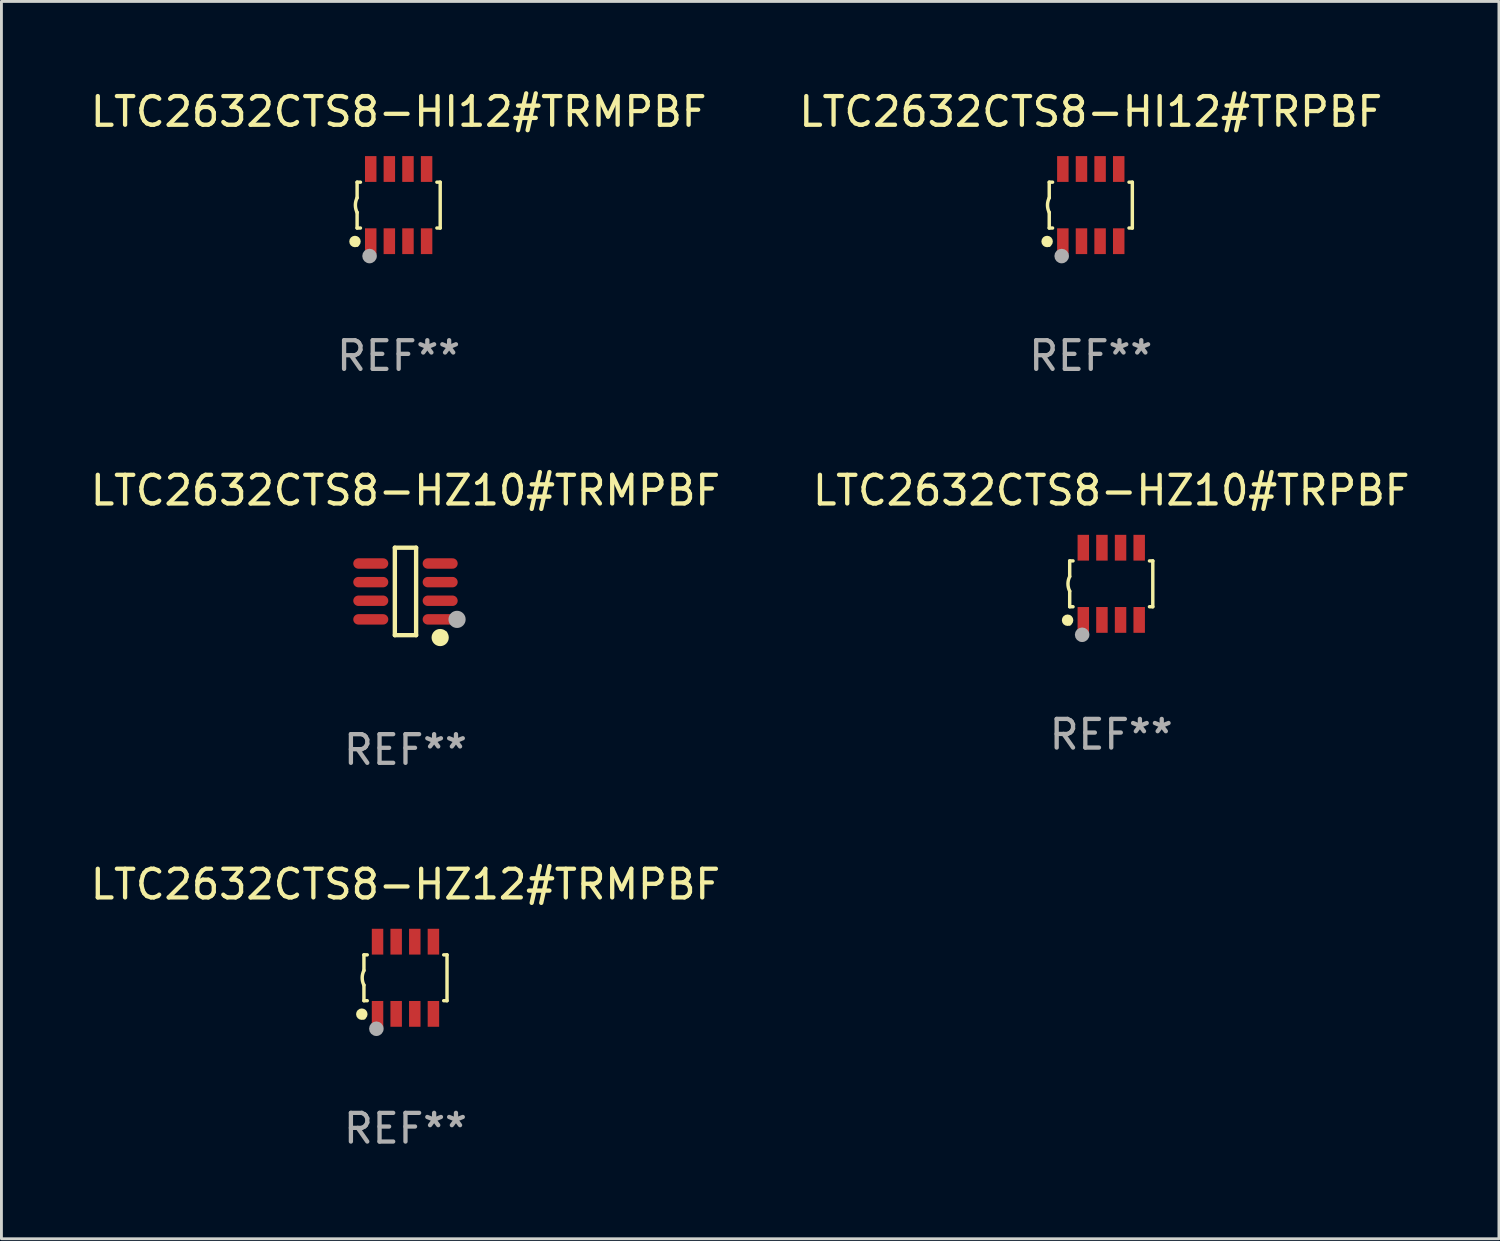
<source format=kicad_pcb>
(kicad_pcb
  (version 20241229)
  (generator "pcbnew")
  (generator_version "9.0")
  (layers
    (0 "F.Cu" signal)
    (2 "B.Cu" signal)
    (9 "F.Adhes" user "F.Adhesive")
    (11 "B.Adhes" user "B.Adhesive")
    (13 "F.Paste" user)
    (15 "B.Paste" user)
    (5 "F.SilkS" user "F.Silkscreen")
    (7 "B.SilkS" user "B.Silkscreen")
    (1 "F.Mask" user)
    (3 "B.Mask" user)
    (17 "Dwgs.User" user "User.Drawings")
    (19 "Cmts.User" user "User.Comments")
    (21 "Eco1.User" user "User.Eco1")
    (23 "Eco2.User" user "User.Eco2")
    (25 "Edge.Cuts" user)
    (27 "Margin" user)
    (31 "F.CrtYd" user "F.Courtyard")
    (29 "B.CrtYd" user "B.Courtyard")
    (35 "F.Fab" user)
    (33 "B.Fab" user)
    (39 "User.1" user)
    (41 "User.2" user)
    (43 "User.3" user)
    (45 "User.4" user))
  (footprint "LTC2632CTS8-HZ12#TRMPBF"
    (layer "F.Cu")
    (at 11.101 31.074)
    (property "Reference" "LTC2632CTS8-HZ12#TRMPBF" (at 0 -3.26 0) (layer "F.SilkS") (effects (font (size 1 1) (thickness 0.15))))
    (attr through_hole)
    (fp_line (start -1.45 -0.8) (end -1.45 -0.254) (stroke (width 0.12) (type solid)) (layer "F.SilkS"))
    (fp_line (start -1.45 -0.8) (end -1.334 -0.8) (stroke (width 0.12) (type solid)) (layer "F.SilkS"))
    (fp_line (start -1.45 0.8) (end -1.45 0.254) (stroke (width 0.12) (type solid)) (layer "F.SilkS"))
    (fp_line (start -1.45 0.8) (end -1.334 0.8) (stroke (width 0.12) (type solid)) (layer "F.SilkS"))
    (fp_line (start 1.334 -0.8) (end 1.45 -0.8) (stroke (width 0.12) (type solid)) (layer "F.SilkS"))
    (fp_line (start 1.334 0.8) (end 1.45 0.8) (stroke (width 0.12) (type solid)) (layer "F.SilkS"))
    (fp_line (start 1.45 0.8) (end 1.45 -0.8) (stroke (width 0.12) (type solid)) (layer "F.SilkS"))
    (fp_arc (start -1.45075 0.255144) (mid -1.510605 0.000434) (end -1.450013 -0.254102) (stroke (width 0.11999) (type solid)) (layer "F.SilkS"))
    (fp_circle (center -1.524 1.27) (end -1.424 1.27) (stroke (width 0.2) (type solid)) (fill no) (layer "F.SilkS"))
    (fp_circle (center -1.45 1.4) (end -1.42 1.4) (stroke (width 0.06) (type solid)) (fill no) (layer "F.SilkS"))
    (fp_circle (center -1.016 1.778) (end -0.889 1.778) (stroke (width 0.254) (type solid)) (fill no) (layer "F.Fab"))
    (fp_text user "REF**" (at 0 5.26 0) (layer "F.Fab") (effects (font (size 1 1) (thickness 0.15))))
    (pad "1" smd rect (at -0.975 1.26) (size 0.4 0.9) (layers "F.Cu" "F.Mask" "F.Paste"))
    (pad "2" smd rect (at -0.325 1.26) (size 0.4 0.9) (layers "F.Cu" "F.Mask" "F.Paste"))
    (pad "3" smd rect (at 0.325 1.26) (size 0.4 0.9) (layers "F.Cu" "F.Mask" "F.Paste"))
    (pad "4" smd rect (at 0.975 1.26) (size 0.4 0.9) (layers "F.Cu" "F.Mask" "F.Paste"))
    (pad "5" smd rect (at 0.975 -1.26) (size 0.4 0.9) (layers "F.Cu" "F.Mask" "F.Paste"))
    (pad "6" smd rect (at 0.325 -1.26) (size 0.4 0.9) (layers "F.Cu" "F.Mask" "F.Paste"))
    (pad "7" smd rect (at -0.325 -1.26) (size 0.4 0.9) (layers "F.Cu" "F.Mask" "F.Paste"))
    (pad "8" smd rect (at -0.975 -1.26) (size 0.4 0.9) (layers "F.Cu" "F.Mask" "F.Paste")))
  (footprint "LTC2632CTS8-HI12#TRPBF"
    (layer "F.Cu")
    (at 35.018 4.108)
    (property "Reference" "LTC2632CTS8-HI12#TRPBF" (at 0 -3.26 0) (layer "F.SilkS") (effects (font (size 1 1) (thickness 0.15))))
    (attr through_hole)
    (fp_line (start -1.45 -0.8) (end -1.45 -0.254) (stroke (width 0.12) (type solid)) (layer "F.SilkS"))
    (fp_line (start -1.45 -0.8) (end -1.334 -0.8) (stroke (width 0.12) (type solid)) (layer "F.SilkS"))
    (fp_line (start -1.45 0.8) (end -1.45 0.254) (stroke (width 0.12) (type solid)) (layer "F.SilkS"))
    (fp_line (start -1.45 0.8) (end -1.334 0.8) (stroke (width 0.12) (type solid)) (layer "F.SilkS"))
    (fp_line (start 1.334 -0.8) (end 1.45 -0.8) (stroke (width 0.12) (type solid)) (layer "F.SilkS"))
    (fp_line (start 1.334 0.8) (end 1.45 0.8) (stroke (width 0.12) (type solid)) (layer "F.SilkS"))
    (fp_line (start 1.45 0.8) (end 1.45 -0.8) (stroke (width 0.12) (type solid)) (layer "F.SilkS"))
    (fp_arc (start -1.45075 0.255144) (mid -1.510605 0.000434) (end -1.450013 -0.254102) (stroke (width 0.11999) (type solid)) (layer "F.SilkS"))
    (fp_circle (center -1.524 1.27) (end -1.424 1.27) (stroke (width 0.2) (type solid)) (fill no) (layer "F.SilkS"))
    (fp_circle (center -1.45 1.4) (end -1.42 1.4) (stroke (width 0.06) (type solid)) (fill no) (layer "F.SilkS"))
    (fp_circle (center -1.016 1.778) (end -0.889 1.778) (stroke (width 0.254) (type solid)) (fill no) (layer "F.Fab"))
    (fp_text user "REF**" (at 0 5.26 0) (layer "F.Fab") (effects (font (size 1 1) (thickness 0.15))))
    (pad "1" smd rect (at -0.975 1.26) (size 0.4 0.9) (layers "F.Cu" "F.Mask" "F.Paste"))
    (pad "2" smd rect (at -0.325 1.26) (size 0.4 0.9) (layers "F.Cu" "F.Mask" "F.Paste"))
    (pad "3" smd rect (at 0.325 1.26) (size 0.4 0.9) (layers "F.Cu" "F.Mask" "F.Paste"))
    (pad "4" smd rect (at 0.975 1.26) (size 0.4 0.9) (layers "F.Cu" "F.Mask" "F.Paste"))
    (pad "5" smd rect (at 0.975 -1.26) (size 0.4 0.9) (layers "F.Cu" "F.Mask" "F.Paste"))
    (pad "6" smd rect (at 0.325 -1.26) (size 0.4 0.9) (layers "F.Cu" "F.Mask" "F.Paste"))
    (pad "7" smd rect (at -0.325 -1.26) (size 0.4 0.9) (layers "F.Cu" "F.Mask" "F.Paste"))
    (pad "8" smd rect (at -0.975 -1.26) (size 0.4 0.9) (layers "F.Cu" "F.Mask" "F.Paste")))
  (footprint "LTC2632CTS8-HI12#TRMPBF"
    (layer "F.Cu")
    (at 10.863 4.108)
    (property "Reference" "LTC2632CTS8-HI12#TRMPBF" (at 0 -3.26 0) (layer "F.SilkS") (effects (font (size 1 1) (thickness 0.15))))
    (attr through_hole)
    (fp_line (start -1.45 -0.8) (end -1.45 -0.254) (stroke (width 0.12) (type solid)) (layer "F.SilkS"))
    (fp_line (start -1.45 -0.8) (end -1.334 -0.8) (stroke (width 0.12) (type solid)) (layer "F.SilkS"))
    (fp_line (start -1.45 0.8) (end -1.45 0.254) (stroke (width 0.12) (type solid)) (layer "F.SilkS"))
    (fp_line (start -1.45 0.8) (end -1.334 0.8) (stroke (width 0.12) (type solid)) (layer "F.SilkS"))
    (fp_line (start 1.334 -0.8) (end 1.45 -0.8) (stroke (width 0.12) (type solid)) (layer "F.SilkS"))
    (fp_line (start 1.334 0.8) (end 1.45 0.8) (stroke (width 0.12) (type solid)) (layer "F.SilkS"))
    (fp_line (start 1.45 0.8) (end 1.45 -0.8) (stroke (width 0.12) (type solid)) (layer "F.SilkS"))
    (fp_arc (start -1.45075 0.255144) (mid -1.510605 0.000434) (end -1.450013 -0.254102) (stroke (width 0.11999) (type solid)) (layer "F.SilkS"))
    (fp_circle (center -1.524 1.27) (end -1.424 1.27) (stroke (width 0.2) (type solid)) (fill no) (layer "F.SilkS"))
    (fp_circle (center -1.45 1.4) (end -1.42 1.4) (stroke (width 0.06) (type solid)) (fill no) (layer "F.SilkS"))
    (fp_circle (center -1.016 1.778) (end -0.889 1.778) (stroke (width 0.254) (type solid)) (fill no) (layer "F.Fab"))
    (fp_text user "REF**" (at 0 5.26 0) (layer "F.Fab") (effects (font (size 1 1) (thickness 0.15))))
    (pad "1" smd rect (at -0.975 1.26) (size 0.4 0.9) (layers "F.Cu" "F.Mask" "F.Paste"))
    (pad "2" smd rect (at -0.325 1.26) (size 0.4 0.9) (layers "F.Cu" "F.Mask" "F.Paste"))
    (pad "3" smd rect (at 0.325 1.26) (size 0.4 0.9) (layers "F.Cu" "F.Mask" "F.Paste"))
    (pad "4" smd rect (at 0.975 1.26) (size 0.4 0.9) (layers "F.Cu" "F.Mask" "F.Paste"))
    (pad "5" smd rect (at 0.975 -1.26) (size 0.4 0.9) (layers "F.Cu" "F.Mask" "F.Paste"))
    (pad "6" smd rect (at 0.325 -1.26) (size 0.4 0.9) (layers "F.Cu" "F.Mask" "F.Paste"))
    (pad "7" smd rect (at -0.325 -1.26) (size 0.4 0.9) (layers "F.Cu" "F.Mask" "F.Paste"))
    (pad "8" smd rect (at -0.975 -1.26) (size 0.4 0.9) (layers "F.Cu" "F.Mask" "F.Paste")))
  (footprint "LTC2632CTS8-HZ10#TRMPBF"
    (layer "F.Cu")
    (at 11.101 17.591)
    (property "Reference" "LTC2632CTS8-HZ10#TRMPBF" (at 0 -3.526 0) (layer "F.SilkS") (effects (font (size 1 1) (thickness 0.15))))
    (attr through_hole)
    (fp_line (start -0.371 -1.526) (end 0.371 -1.526) (stroke (width 0.152) (type solid)) (layer "F.SilkS"))
    (fp_line (start -0.371 1.526) (end -0.371 -1.526) (stroke (width 0.152) (type solid)) (layer "F.SilkS"))
    (fp_line (start 0.371 -1.526) (end 0.371 1.526) (stroke (width 0.152) (type solid)) (layer "F.SilkS"))
    (fp_line (start 0.371 1.526) (end -0.371 1.526) (stroke (width 0.152) (type solid)) (layer "F.SilkS"))
    (fp_circle (center 1.211 1.609) (end 1.361 1.609) (stroke (width 0.3) (type solid)) (fill no) (layer "F.SilkS"))
    (fp_circle (center 1.4 1.45) (end 1.43 1.45) (stroke (width 0.06) (type solid)) (fill no) (layer "F.SilkS"))
    (fp_circle (center 1.8 0.975) (end 1.95 0.975) (stroke (width 0.3) (type solid)) (fill no) (layer "F.Fab"))
    (fp_text user "REF**" (at 0 5.526 0) (layer "F.Fab") (effects (font (size 1 1) (thickness 0.15))))
    (pad "1" smd oval (at 1.211 0.975) (size 1.222 0.364) (layers "F.Cu" "F.Mask" "F.Paste"))
    (pad "2" smd oval (at 1.211 0.325) (size 1.222 0.364) (layers "F.Cu" "F.Mask" "F.Paste"))
    (pad "3" smd oval (at 1.211 -0.325) (size 1.222 0.364) (layers "F.Cu" "F.Mask" "F.Paste"))
    (pad "4" smd oval (at 1.211 -0.975) (size 1.222 0.364) (layers "F.Cu" "F.Mask" "F.Paste"))
    (pad "5" smd oval (at -1.211 -0.975) (size 1.222 0.364) (layers "F.Cu" "F.Mask" "F.Paste"))
    (pad "6" smd oval (at -1.211 -0.325) (size 1.222 0.364) (layers "F.Cu" "F.Mask" "F.Paste"))
    (pad "7" smd oval (at -1.211 0.325) (size 1.222 0.364) (layers "F.Cu" "F.Mask" "F.Paste"))
    (pad "8" smd oval (at -1.211 0.975) (size 1.222 0.364) (layers "F.Cu" "F.Mask" "F.Paste")))
  (footprint "LTC2632CTS8-HZ10#TRPBF"
    (layer "F.Cu")
    (at 35.732 17.325)
    (property "Reference" "LTC2632CTS8-HZ10#TRPBF" (at 0 -3.26 0) (layer "F.SilkS") (effects (font (size 1 1) (thickness 0.15))))
    (attr through_hole)
    (fp_line (start -1.45 -0.8) (end -1.45 -0.254) (stroke (width 0.12) (type solid)) (layer "F.SilkS"))
    (fp_line (start -1.45 -0.8) (end -1.334 -0.8) (stroke (width 0.12) (type solid)) (layer "F.SilkS"))
    (fp_line (start -1.45 0.8) (end -1.45 0.254) (stroke (width 0.12) (type solid)) (layer "F.SilkS"))
    (fp_line (start -1.45 0.8) (end -1.334 0.8) (stroke (width 0.12) (type solid)) (layer "F.SilkS"))
    (fp_line (start 1.334 -0.8) (end 1.45 -0.8) (stroke (width 0.12) (type solid)) (layer "F.SilkS"))
    (fp_line (start 1.334 0.8) (end 1.45 0.8) (stroke (width 0.12) (type solid)) (layer "F.SilkS"))
    (fp_line (start 1.45 0.8) (end 1.45 -0.8) (stroke (width 0.12) (type solid)) (layer "F.SilkS"))
    (fp_arc (start -1.45075 0.255144) (mid -1.510605 0.000434) (end -1.450013 -0.254102) (stroke (width 0.11999) (type solid)) (layer "F.SilkS"))
    (fp_circle (center -1.524 1.27) (end -1.424 1.27) (stroke (width 0.2) (type solid)) (fill no) (layer "F.SilkS"))
    (fp_circle (center -1.45 1.4) (end -1.42 1.4) (stroke (width 0.06) (type solid)) (fill no) (layer "F.SilkS"))
    (fp_circle (center -1.016 1.778) (end -0.889 1.778) (stroke (width 0.254) (type solid)) (fill no) (layer "F.Fab"))
    (fp_text user "REF**" (at 0 5.26 0) (layer "F.Fab") (effects (font (size 1 1) (thickness 0.15))))
    (pad "1" smd rect (at -0.975 1.26) (size 0.4 0.9) (layers "F.Cu" "F.Mask" "F.Paste"))
    (pad "2" smd rect (at -0.325 1.26) (size 0.4 0.9) (layers "F.Cu" "F.Mask" "F.Paste"))
    (pad "3" smd rect (at 0.325 1.26) (size 0.4 0.9) (layers "F.Cu" "F.Mask" "F.Paste"))
    (pad "4" smd rect (at 0.975 1.26) (size 0.4 0.9) (layers "F.Cu" "F.Mask" "F.Paste"))
    (pad "5" smd rect (at 0.975 -1.26) (size 0.4 0.9) (layers "F.Cu" "F.Mask" "F.Paste"))
    (pad "6" smd rect (at 0.325 -1.26) (size 0.4 0.9) (layers "F.Cu" "F.Mask" "F.Paste"))
    (pad "7" smd rect (at -0.325 -1.26) (size 0.4 0.9) (layers "F.Cu" "F.Mask" "F.Paste"))
    (pad "8" smd rect (at -0.975 -1.26) (size 0.4 0.9) (layers "F.Cu" "F.Mask" "F.Paste")))
  (gr_rect
    (start -3 -3)
    (end 49.262 40.182)
    (stroke (width 0.1) (type default))
    (fill no)
    (layer "Edge.Cuts")))
</source>
